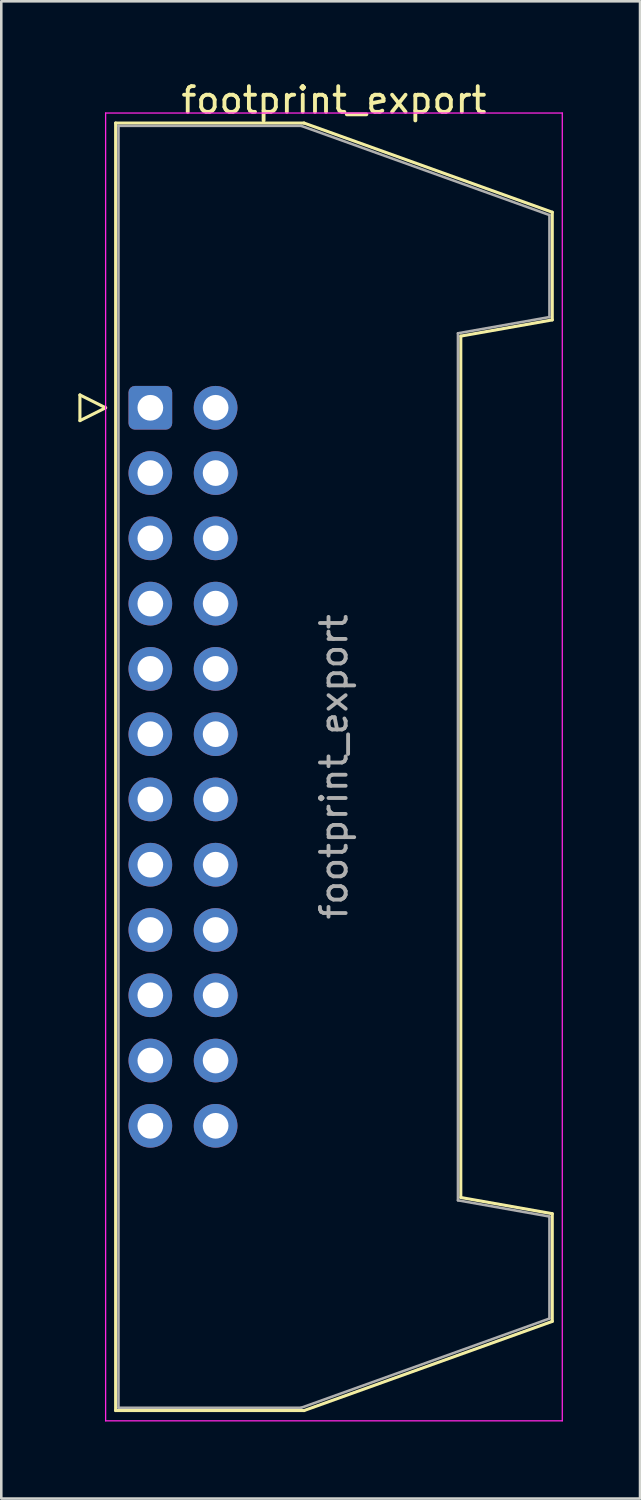
<source format=kicad_pcb>
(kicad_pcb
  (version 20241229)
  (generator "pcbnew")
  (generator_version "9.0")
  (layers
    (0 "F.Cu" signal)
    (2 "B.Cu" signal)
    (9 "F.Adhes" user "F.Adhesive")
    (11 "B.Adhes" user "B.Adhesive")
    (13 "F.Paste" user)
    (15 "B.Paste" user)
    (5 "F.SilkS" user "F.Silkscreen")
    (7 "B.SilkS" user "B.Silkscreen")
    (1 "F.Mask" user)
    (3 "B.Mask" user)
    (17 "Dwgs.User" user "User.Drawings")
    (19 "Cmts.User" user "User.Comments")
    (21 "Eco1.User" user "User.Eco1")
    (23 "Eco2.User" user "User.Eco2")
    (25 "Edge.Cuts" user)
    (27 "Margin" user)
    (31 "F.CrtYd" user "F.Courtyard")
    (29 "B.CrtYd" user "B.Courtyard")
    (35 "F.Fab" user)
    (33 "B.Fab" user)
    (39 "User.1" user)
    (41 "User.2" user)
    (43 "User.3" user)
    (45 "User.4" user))
  (footprint "footprint_export"
    (layer "F.Cu")
    (at 2.8 12.818)
    (property "Reference" "footprint_export" (at 7.145 -11.97 0) (layer "F.SilkS") (effects (font (size 1 1) (thickness 0.15))))
    (attr through_hole)
    (fp_line (start -2.74 -0.5) (end -2.74 0.5) (stroke (width 0.12) (type solid)) (layer "F.SilkS"))
    (fp_line (start -2.74 0.5) (end -1.74 0) (stroke (width 0.12) (type solid)) (layer "F.SilkS"))
    (fp_line (start -1.74 0) (end -2.74 -0.5) (stroke (width 0.12) (type solid)) (layer "F.SilkS"))
    (fp_line (start -1.35 -11.08) (end 5.98 -11.08) (stroke (width 0.12) (type solid)) (layer "F.SilkS"))
    (fp_line (start -1.35 39.02) (end -1.35 -11.08) (stroke (width 0.12) (type solid)) (layer "F.SilkS"))
    (fp_line (start 5.98 -11.08) (end 15.64 -7.61) (stroke (width 0.12) (type solid)) (layer "F.SilkS"))
    (fp_line (start 5.98 39.02) (end -1.35 39.02) (stroke (width 0.12) (type solid)) (layer "F.SilkS"))
    (fp_line (start 12.08 -2.79) (end 12.08 30.73) (stroke (width 0.12) (type solid)) (layer "F.SilkS"))
    (fp_line (start 12.08 30.73) (end 15.64 31.36) (stroke (width 0.12) (type solid)) (layer "F.SilkS"))
    (fp_line (start 15.64 -7.61) (end 15.64 -3.42) (stroke (width 0.12) (type solid)) (layer "F.SilkS"))
    (fp_line (start 15.64 -3.42) (end 12.08 -2.79) (stroke (width 0.12) (type solid)) (layer "F.SilkS"))
    (fp_line (start 15.64 31.36) (end 15.64 35.55) (stroke (width 0.12) (type solid)) (layer "F.SilkS"))
    (fp_line (start 15.64 35.55) (end 5.98 39.02) (stroke (width 0.12) (type solid)) (layer "F.SilkS"))
    (fp_line (start -1.74 -11.47) (end -1.74 39.42) (stroke (width 0.05) (type solid)) (layer "F.CrtYd"))
    (fp_line (start -1.74 39.42) (end 16.03 39.42) (stroke (width 0.05) (type solid)) (layer "F.CrtYd"))
    (fp_line (start 16.03 -11.47) (end -1.74 -11.47) (stroke (width 0.05) (type solid)) (layer "F.CrtYd"))
    (fp_line (start 16.03 39.42) (end 16.03 -11.47) (stroke (width 0.05) (type solid)) (layer "F.CrtYd"))
    (fp_line (start -1.24 -10.97) (end 5.87 -10.97) (stroke (width 0.1) (type solid)) (layer "F.Fab"))
    (fp_line (start -1.24 38.91) (end -1.24 -10.97) (stroke (width 0.1) (type solid)) (layer "F.Fab"))
    (fp_line (start 5.87 -10.97) (end 15.53 -7.5) (stroke (width 0.1) (type solid)) (layer "F.Fab"))
    (fp_line (start 5.87 38.91) (end -1.24 38.91) (stroke (width 0.1) (type solid)) (layer "F.Fab"))
    (fp_line (start 11.97 -2.9) (end 11.97 30.84) (stroke (width 0.1) (type solid)) (layer "F.Fab"))
    (fp_line (start 11.97 30.84) (end 15.53 31.47) (stroke (width 0.1) (type solid)) (layer "F.Fab"))
    (fp_line (start 15.53 -7.5) (end 15.53 -3.53) (stroke (width 0.1) (type solid)) (layer "F.Fab"))
    (fp_line (start 15.53 -3.53) (end 11.97 -2.9) (stroke (width 0.1) (type solid)) (layer "F.Fab"))
    (fp_line (start 15.53 31.47) (end 15.53 35.44) (stroke (width 0.1) (type solid)) (layer "F.Fab"))
    (fp_line (start 15.53 35.44) (end 5.87 38.91) (stroke (width 0.1) (type solid)) (layer "F.Fab"))
    (fp_text user "${REFERENCE}" (at 7.145 13.97 90) (layer "F.Fab") (effects (font (size 1 1) (thickness 0.15))))
    (pad "1" thru_hole roundrect (at 0 0) (size 1.7 1.7) (drill 1) (layers "*.Cu" "*.Mask") (roundrect_rratio 0.147))
    (pad "2" thru_hole circle (at 2.54 0) (size 1.7 1.7) (drill 1) (layers "*.Cu" "*.Mask"))
    (pad "3" thru_hole circle (at 0 2.54) (size 1.7 1.7) (drill 1) (layers "*.Cu" "*.Mask"))
    (pad "4" thru_hole circle (at 2.54 2.54) (size 1.7 1.7) (drill 1) (layers "*.Cu" "*.Mask"))
    (pad "5" thru_hole circle (at 0 5.08) (size 1.7 1.7) (drill 1) (layers "*.Cu" "*.Mask"))
    (pad "6" thru_hole circle (at 2.54 5.08) (size 1.7 1.7) (drill 1) (layers "*.Cu" "*.Mask"))
    (pad "7" thru_hole circle (at 0 7.62) (size 1.7 1.7) (drill 1) (layers "*.Cu" "*.Mask"))
    (pad "8" thru_hole circle (at 2.54 7.62) (size 1.7 1.7) (drill 1) (layers "*.Cu" "*.Mask"))
    (pad "9" thru_hole circle (at 0 10.16) (size 1.7 1.7) (drill 1) (layers "*.Cu" "*.Mask"))
    (pad "10" thru_hole circle (at 2.54 10.16) (size 1.7 1.7) (drill 1) (layers "*.Cu" "*.Mask"))
    (pad "11" thru_hole circle (at 0 12.7) (size 1.7 1.7) (drill 1) (layers "*.Cu" "*.Mask"))
    (pad "12" thru_hole circle (at 2.54 12.7) (size 1.7 1.7) (drill 1) (layers "*.Cu" "*.Mask"))
    (pad "13" thru_hole circle (at 0 15.24) (size 1.7 1.7) (drill 1) (layers "*.Cu" "*.Mask"))
    (pad "14" thru_hole circle (at 2.54 15.24) (size 1.7 1.7) (drill 1) (layers "*.Cu" "*.Mask"))
    (pad "15" thru_hole circle (at 0 17.78) (size 1.7 1.7) (drill 1) (layers "*.Cu" "*.Mask"))
    (pad "16" thru_hole circle (at 2.54 17.78) (size 1.7 1.7) (drill 1) (layers "*.Cu" "*.Mask"))
    (pad "17" thru_hole circle (at 0 20.32) (size 1.7 1.7) (drill 1) (layers "*.Cu" "*.Mask"))
    (pad "18" thru_hole circle (at 2.54 20.32) (size 1.7 1.7) (drill 1) (layers "*.Cu" "*.Mask"))
    (pad "19" thru_hole circle (at 0 22.86) (size 1.7 1.7) (drill 1) (layers "*.Cu" "*.Mask"))
    (pad "20" thru_hole circle (at 2.54 22.86) (size 1.7 1.7) (drill 1) (layers "*.Cu" "*.Mask"))
    (pad "21" thru_hole circle (at 0 25.4) (size 1.7 1.7) (drill 1) (layers "*.Cu" "*.Mask"))
    (pad "22" thru_hole circle (at 2.54 25.4) (size 1.7 1.7) (drill 1) (layers "*.Cu" "*.Mask"))
    (pad "23" thru_hole circle (at 0 27.94) (size 1.7 1.7) (drill 1) (layers "*.Cu" "*.Mask"))
    (pad "24" thru_hole circle (at 2.54 27.94) (size 1.7 1.7) (drill 1) (layers "*.Cu" "*.Mask")))
  (gr_rect
    (start -3 -3)
    (end 21.855 55.263)
    (stroke (width 0.1) (type default))
    (fill no)
    (layer "Edge.Cuts")))
</source>
